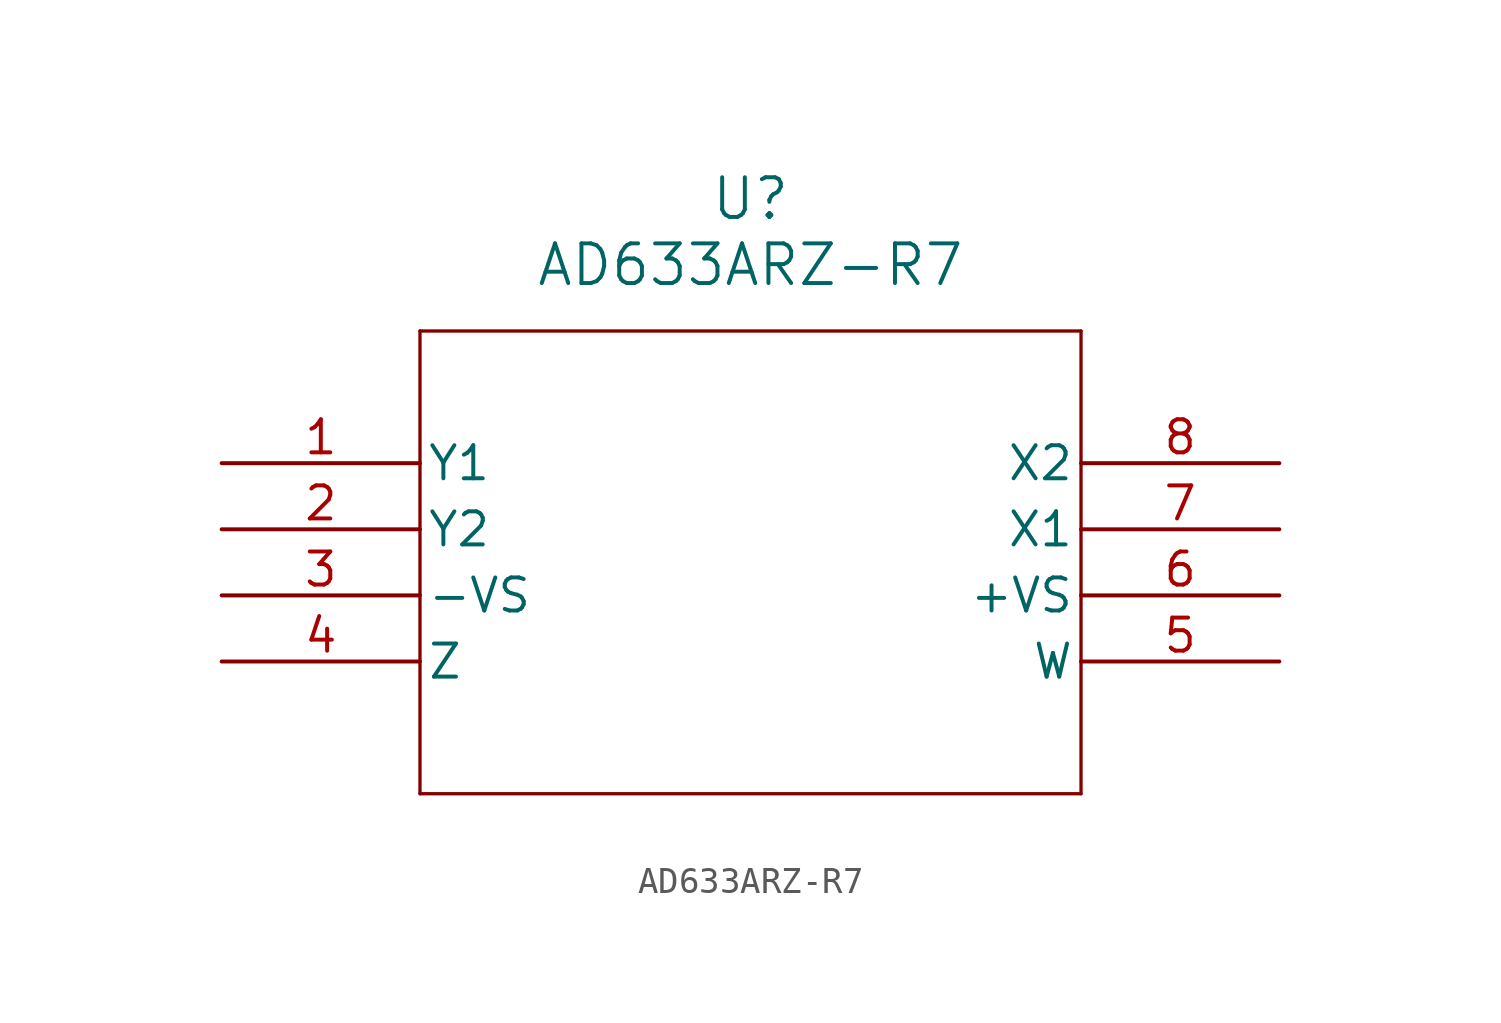
<source format=kicad_sym>
(kicad_symbol_lib
  (version 20211014)
  (generator kicad_symbol_editor)
  (symbol "AD633ARZ-R7"
    (pin_names
      (offset 0.254))
    (property "Reference" "U"
      (at 20.32 10.16 0)
      (effects (font (size 1.524 1.524))))
    (property "Value" "AD633ARZ-R7"
      (at 20.32 7.62 0)
      (effects (font (size 1.524 1.524))))
    (symbol "AD633ARZ-R7_0_1"
      (polyline (pts (xy 7.62 5.08) (xy 7.62 -12.7)) (stroke (width 0.127) (type default) (color 0 0 0 0)) (fill (type none)))
      (polyline (pts (xy 7.62 -12.7) (xy 33.02 -12.7)) (stroke (width 0.127) (type default) (color 0 0 0 0)) (fill (type none)))
      (polyline (pts (xy 33.02 -12.7) (xy 33.02 5.08)) (stroke (width 0.127) (type default) (color 0 0 0 0)) (fill (type none)))
      (polyline (pts (xy 33.02 5.08) (xy 7.62 5.08)) (stroke (width 0.127) (type default) (color 0 0 0 0)) (fill (type none)))
      (pin unspecified line (at 0 0 0) (length 7.62) (name "Y1" (effects (font (size 1.27 1.27)))) (number "1" (effects (font (size 1.27 1.27)))))
      (pin unspecified line (at 0 -2.54 0) (length 7.62) (name "Y2" (effects (font (size 1.27 1.27)))) (number "2" (effects (font (size 1.27 1.27)))))
      (pin power_in line (at 0 -5.08 0) (length 7.62) (name "-VS" (effects (font (size 1.27 1.27)))) (number "3" (effects (font (size 1.27 1.27)))))
      (pin unspecified line (at 0 -7.62 0) (length 7.62) (name "Z" (effects (font (size 1.27 1.27)))) (number "4" (effects (font (size 1.27 1.27)))))
      (pin unspecified line (at 40.64 -7.62 180) (length 7.62) (name "W" (effects (font (size 1.27 1.27)))) (number "5" (effects (font (size 1.27 1.27)))))
      (pin power_in line (at 40.64 -5.08 180) (length 7.62) (name "+VS" (effects (font (size 1.27 1.27)))) (number "6" (effects (font (size 1.27 1.27)))))
      (pin unspecified line (at 40.64 -2.54 180) (length 7.62) (name "X1" (effects (font (size 1.27 1.27)))) (number "7" (effects (font (size 1.27 1.27)))))
      (pin unspecified line (at 40.64 0 180) (length 7.62) (name "X2" (effects (font (size 1.27 1.27)))) (number "8" (effects (font (size 1.27 1.27))))))))
</source>
